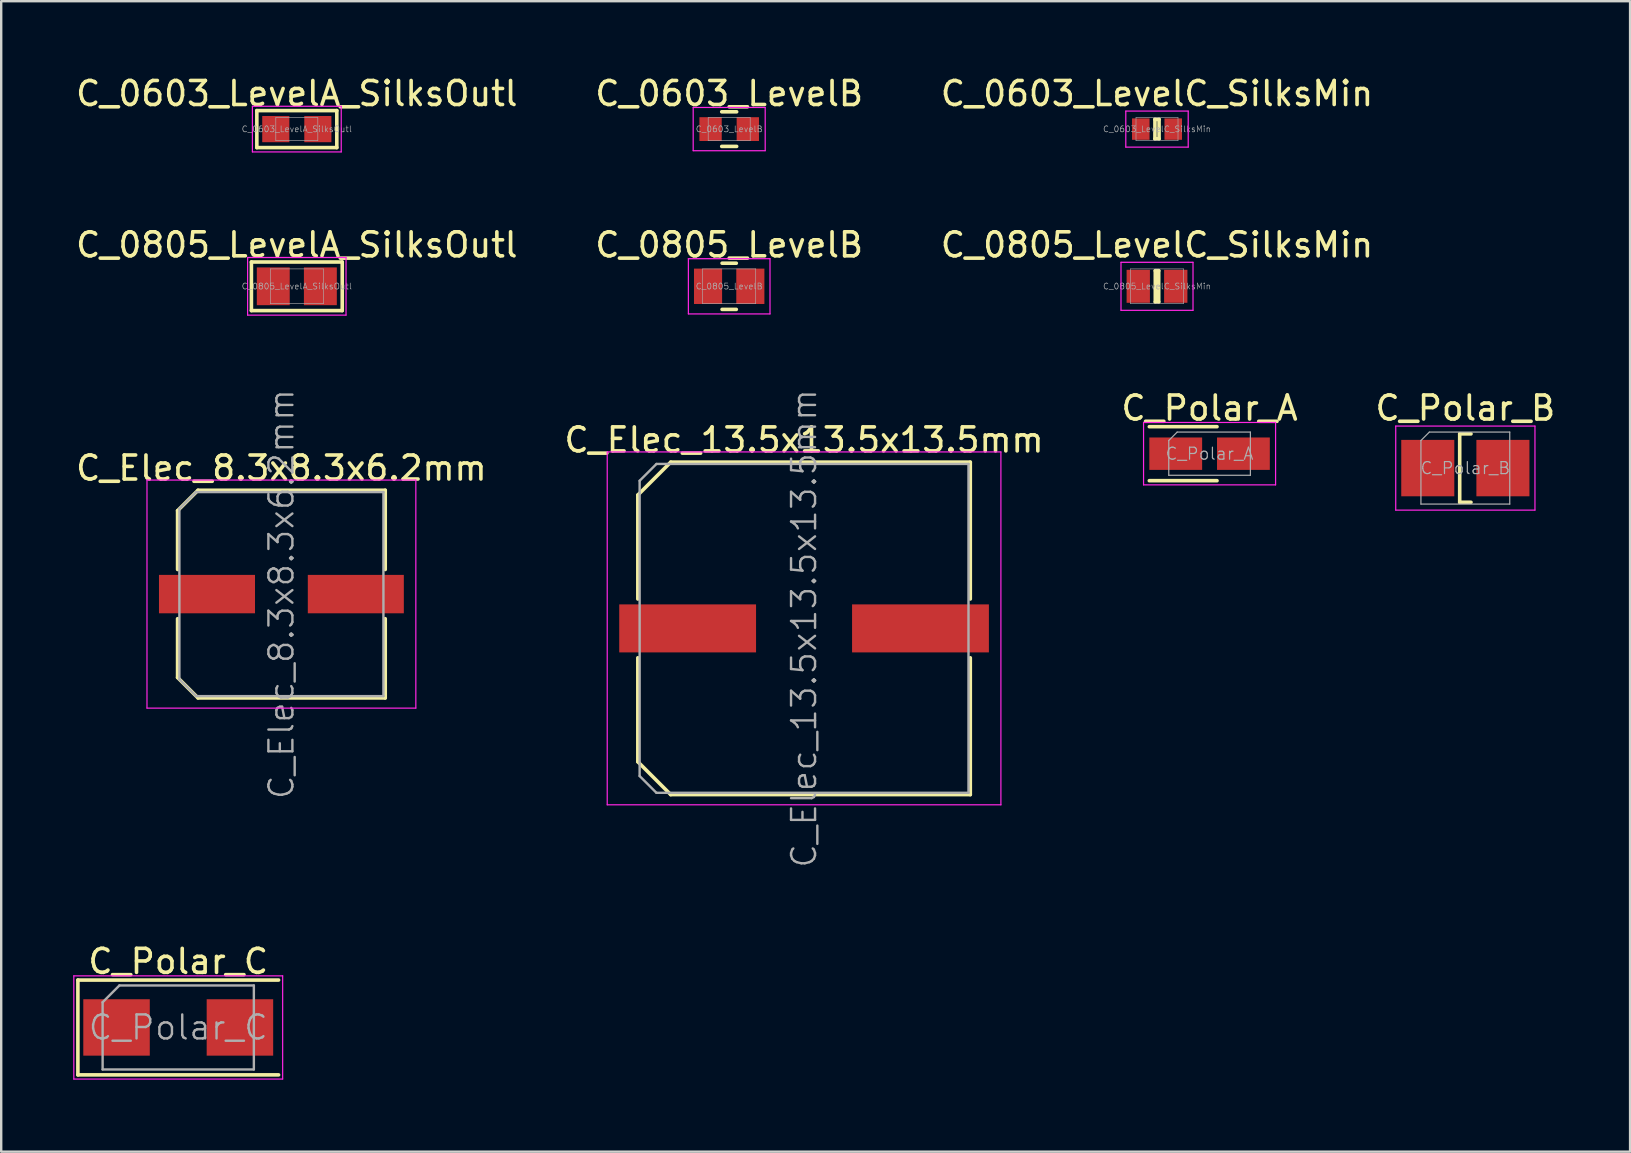
<source format=kicad_pcb>
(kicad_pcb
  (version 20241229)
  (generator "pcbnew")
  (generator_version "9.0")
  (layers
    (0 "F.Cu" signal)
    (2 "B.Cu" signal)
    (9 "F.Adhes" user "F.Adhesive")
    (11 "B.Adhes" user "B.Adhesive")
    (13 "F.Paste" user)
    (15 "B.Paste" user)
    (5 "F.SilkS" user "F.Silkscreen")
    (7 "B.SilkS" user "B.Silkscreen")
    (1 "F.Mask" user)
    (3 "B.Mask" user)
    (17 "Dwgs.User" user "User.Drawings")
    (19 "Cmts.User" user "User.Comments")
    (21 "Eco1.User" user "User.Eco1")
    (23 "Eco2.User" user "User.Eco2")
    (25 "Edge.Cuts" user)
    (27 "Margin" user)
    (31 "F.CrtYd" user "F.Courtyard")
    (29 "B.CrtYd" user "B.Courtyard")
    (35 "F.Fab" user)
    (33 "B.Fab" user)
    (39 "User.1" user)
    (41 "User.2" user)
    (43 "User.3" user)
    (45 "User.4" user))
  (footprint "C_Polar_C"
    (layer "F.Cu")
    (at 4.375 39.752)
    (property "Reference" "C_Polar_C" (at 0 -2.75 0) (layer "F.SilkS") (effects (font (size 1 1) (thickness 0.15))))
    (attr smd)
    (fp_line (start -4.18 1.975) (end -4.18 -1.975) (stroke (width 0.15) (type solid)) (layer "F.SilkS"))
    (fp_line (start 4.18 -1.975) (end -4.18 -1.975) (stroke (width 0.15) (type solid)) (layer "F.SilkS"))
    (fp_line (start 4.18 1.975) (end -4.18 1.975) (stroke (width 0.15) (type solid)) (layer "F.SilkS"))
    (fp_line (start -4.35 2.15) (end -4.35 -2.15) (stroke (width 0.05) (type solid)) (layer "F.CrtYd"))
    (fp_line (start 4.35 -2.15) (end -4.35 -2.15) (stroke (width 0.05) (type solid)) (layer "F.CrtYd"))
    (fp_line (start 4.35 2.15) (end -4.35 2.15) (stroke (width 0.05) (type solid)) (layer "F.CrtYd"))
    (fp_line (start 4.35 2.15) (end 4.35 -2.15) (stroke (width 0.05) (type solid)) (layer "F.CrtYd"))
    (fp_line (start -3.15 -1.05) (end -2.45 -1.75) (stroke (width 0.1) (type solid)) (layer "F.Fab"))
    (fp_line (start -3.15 1.75) (end -3.15 -1.05) (stroke (width 0.1) (type solid)) (layer "F.Fab"))
    (fp_line (start 3.15 -1.75) (end -2.45 -1.75) (stroke (width 0.1) (type solid)) (layer "F.Fab"))
    (fp_line (start 3.15 1.75) (end -3.15 1.75) (stroke (width 0.1) (type solid)) (layer "F.Fab"))
    (fp_line (start 3.15 1.75) (end 3.15 -1.75) (stroke (width 0.1) (type solid)) (layer "F.Fab"))
    (fp_text user "${REFERENCE}" (at 0 0 0) (layer "F.Fab") (effects (font (size 1 1) (thickness 0.1))))
    (pad "1" smd rect (at -2.57 0) (size 2.77 2.35) (layers "F.Cu" "F.Mask" "F.Paste"))
    (pad "2" smd rect (at 2.57 0) (size 2.77 2.35) (layers "F.Cu" "F.Mask" "F.Paste")))
  (footprint "C_0603_LevelA_SilksOutl"
    (layer "F.Cu")
    (at 9.315 2.328)
    (property "Reference" "C_0603_LevelA_SilksOutl" (at 0 -1.48 0) (layer "F.SilkS") (effects (font (size 1 1) (thickness 0.15))))
    (attr smd)
    (fp_line (start -1.666 0.771) (end -1.666 -0.771) (stroke (width 0.15) (type solid)) (layer "F.SilkS"))
    (fp_line (start 1.666 -0.771) (end -1.666 -0.771) (stroke (width 0.15) (type solid)) (layer "F.SilkS"))
    (fp_line (start 1.666 0.771) (end -1.666 0.771) (stroke (width 0.15) (type solid)) (layer "F.SilkS"))
    (fp_line (start 1.666 0.771) (end 1.666 -0.771) (stroke (width 0.15) (type solid)) (layer "F.SilkS"))
    (fp_line (start -1.85 0.95) (end -1.85 -0.95) (stroke (width 0.05) (type solid)) (layer "F.CrtYd"))
    (fp_line (start 1.85 -0.95) (end -1.85 -0.95) (stroke (width 0.05) (type solid)) (layer "F.CrtYd"))
    (fp_line (start 1.85 0.95) (end -1.85 0.95) (stroke (width 0.05) (type solid)) (layer "F.CrtYd"))
    (fp_line (start 1.85 0.95) (end 1.85 -0.95) (stroke (width 0.05) (type solid)) (layer "F.CrtYd"))
    (fp_line (start -0.875 0.48) (end -0.875 -0.48) (stroke (width 0.025) (type solid)) (layer "F.Fab"))
    (fp_line (start 0.875 -0.48) (end -0.875 -0.48) (stroke (width 0.025) (type solid)) (layer "F.Fab"))
    (fp_line (start 0.875 0.48) (end -0.875 0.48) (stroke (width 0.025) (type solid)) (layer "F.Fab"))
    (fp_line (start 0.875 0.48) (end 0.875 -0.48) (stroke (width 0.025) (type solid)) (layer "F.Fab"))
    (fp_text user "${REFERENCE}" (at 0 0 0) (layer "F.Fab") (effects (font (size 0.25 0.25) (thickness 0.025))))
    (pad "1" smd rect (at -0.876 0) (size 1.13 1.092) (layers "F.Cu" "F.Mask" "F.Paste"))
    (pad "2" smd rect (at 0.876 0) (size 1.13 1.092) (layers "F.Cu" "F.Mask" "F.Paste")))
  (footprint "C_0805_LevelA_SilksOutl"
    (layer "F.Cu")
    (at 9.315 8.877)
    (property "Reference" "C_0805_LevelA_SilksOutl" (at 0 -1.725 0) (layer "F.SilkS") (effects (font (size 1 1) (thickness 0.15))))
    (attr smd)
    (fp_line (start -1.892 1.012) (end -1.892 -1.012) (stroke (width 0.15) (type solid)) (layer "F.SilkS"))
    (fp_line (start 1.892 -1.012) (end -1.892 -1.012) (stroke (width 0.15) (type solid)) (layer "F.SilkS"))
    (fp_line (start 1.892 1.012) (end -1.892 1.012) (stroke (width 0.15) (type solid)) (layer "F.SilkS"))
    (fp_line (start 1.892 1.012) (end 1.892 -1.012) (stroke (width 0.15) (type solid)) (layer "F.SilkS"))
    (fp_line (start -2.05 1.2) (end -2.05 -1.2) (stroke (width 0.05) (type solid)) (layer "F.CrtYd"))
    (fp_line (start 2.05 -1.2) (end -2.05 -1.2) (stroke (width 0.05) (type solid)) (layer "F.CrtYd"))
    (fp_line (start 2.05 1.2) (end -2.05 1.2) (stroke (width 0.05) (type solid)) (layer "F.CrtYd"))
    (fp_line (start 2.05 1.2) (end 2.05 -1.2) (stroke (width 0.05) (type solid)) (layer "F.CrtYd"))
    (fp_line (start -1.105 0.725) (end -1.105 -0.725) (stroke (width 0.025) (type solid)) (layer "F.Fab"))
    (fp_line (start 1.105 -0.725) (end -1.105 -0.725) (stroke (width 0.025) (type solid)) (layer "F.Fab"))
    (fp_line (start 1.105 0.725) (end -1.105 0.725) (stroke (width 0.025) (type solid)) (layer "F.Fab"))
    (fp_line (start 1.105 0.725) (end 1.105 -0.725) (stroke (width 0.025) (type solid)) (layer "F.Fab"))
    (fp_text user "${REFERENCE}" (at 0 0 0) (layer "F.Fab") (effects (font (size 0.25 0.25) (thickness 0.025))))
    (pad "1" smd rect (at -0.981 0) (size 1.371 1.574) (layers "F.Cu" "F.Mask" "F.Paste"))
    (pad "2" smd rect (at 0.981 0) (size 1.371 1.574) (layers "F.Cu" "F.Mask" "F.Paste")))
  (footprint "C_Elec_13.5x13.5x13.5mm"
    (layer "F.Cu")
    (at 30.446 23.128)
    (property "Reference" "C_Elec_13.5x13.5x13.5mm" (at 0 -7.85 0) (layer "F.SilkS") (effects (font (size 1 1) (thickness 0.15))))
    (attr smd)
    (fp_line (start -6.925 -5.555) (end -6.925 -1.225) (stroke (width 0.15) (type solid)) (layer "F.SilkS"))
    (fp_line (start -6.925 5.555) (end -6.925 1.225) (stroke (width 0.15) (type solid)) (layer "F.SilkS"))
    (fp_line (start -5.555 -6.925) (end -6.925 -5.555) (stroke (width 0.15) (type solid)) (layer "F.SilkS"))
    (fp_line (start -5.555 6.925) (end -6.925 5.555) (stroke (width 0.15) (type solid)) (layer "F.SilkS"))
    (fp_line (start 6.925 -6.925) (end -5.555 -6.925) (stroke (width 0.15) (type solid)) (layer "F.SilkS"))
    (fp_line (start 6.925 -6.925) (end 6.925 -1.225) (stroke (width 0.15) (type solid)) (layer "F.SilkS"))
    (fp_line (start 6.925 6.925) (end -5.555 6.925) (stroke (width 0.15) (type solid)) (layer "F.SilkS"))
    (fp_line (start 6.925 6.925) (end 6.925 1.225) (stroke (width 0.15) (type solid)) (layer "F.SilkS"))
    (fp_line (start -8.2 7.35) (end -8.2 -7.35) (stroke (width 0.05) (type solid)) (layer "F.CrtYd"))
    (fp_line (start 8.2 -7.35) (end -8.2 -7.35) (stroke (width 0.05) (type solid)) (layer "F.CrtYd"))
    (fp_line (start 8.2 7.35) (end -8.2 7.35) (stroke (width 0.05) (type solid)) (layer "F.CrtYd"))
    (fp_line (start 8.2 7.35) (end 8.2 -7.35) (stroke (width 0.05) (type solid)) (layer "F.CrtYd"))
    (fp_line (start -6.85 -6.15) (end -6.15 -6.85) (stroke (width 0.1) (type solid)) (layer "F.Fab"))
    (fp_line (start -6.85 6.15) (end -6.85 -6.15) (stroke (width 0.1) (type solid)) (layer "F.Fab"))
    (fp_line (start -6.85 6.15) (end -6.15 6.85) (stroke (width 0.1) (type solid)) (layer "F.Fab"))
    (fp_line (start 6.85 -6.85) (end -6.15 -6.85) (stroke (width 0.1) (type solid)) (layer "F.Fab"))
    (fp_line (start 6.85 6.85) (end -6.15 6.85) (stroke (width 0.1) (type solid)) (layer "F.Fab"))
    (fp_line (start 6.85 6.85) (end 6.85 -6.85) (stroke (width 0.1) (type solid)) (layer "F.Fab"))
    (fp_text user "${REFERENCE}" (at 0 0 90) (layer "F.Fab") (effects (font (size 1 1) (thickness 0.1))))
    (pad "1" smd rect (at -4.85 0) (size 5.7 2) (layers "F.Cu" "F.Mask" "F.Paste"))
    (pad "2" smd rect (at 4.85 0) (size 5.7 2) (layers "F.Cu" "F.Mask" "F.Paste")))
  (footprint "C_0603_LevelC_SilksMin"
    (layer "F.Cu")
    (at 45.149 2.328)
    (property "Reference" "C_0603_LevelC_SilksMin" (at 0 -1.48 0) (layer "F.SilkS") (effects (font (size 1 1) (thickness 0.15))))
    (attr smd)
    (fp_line (start -0.086 0.405) (end -0.086 -0.405) (stroke (width 0.15) (type solid)) (layer "F.SilkS"))
    (fp_line (start 0.086 -0.405) (end -0.086 -0.405) (stroke (width 0.15) (type solid)) (layer "F.SilkS"))
    (fp_line (start 0.086 0.405) (end -0.086 0.405) (stroke (width 0.15) (type solid)) (layer "F.SilkS"))
    (fp_line (start 0.086 0.405) (end 0.086 -0.405) (stroke (width 0.15) (type solid)) (layer "F.SilkS"))
    (fp_line (start -1.3 0.75) (end -1.3 -0.75) (stroke (width 0.05) (type solid)) (layer "F.CrtYd"))
    (fp_line (start 1.3 -0.75) (end -1.3 -0.75) (stroke (width 0.05) (type solid)) (layer "F.CrtYd"))
    (fp_line (start 1.3 0.75) (end -1.3 0.75) (stroke (width 0.05) (type solid)) (layer "F.CrtYd"))
    (fp_line (start 1.3 0.75) (end 1.3 -0.75) (stroke (width 0.05) (type solid)) (layer "F.CrtYd"))
    (fp_line (start -0.875 0.48) (end -0.875 -0.48) (stroke (width 0.025) (type solid)) (layer "F.Fab"))
    (fp_line (start 0.875 -0.48) (end -0.875 -0.48) (stroke (width 0.025) (type solid)) (layer "F.Fab"))
    (fp_line (start 0.875 0.48) (end -0.875 0.48) (stroke (width 0.025) (type solid)) (layer "F.Fab"))
    (fp_line (start 0.875 0.48) (end 0.875 -0.48) (stroke (width 0.025) (type solid)) (layer "F.Fab"))
    (fp_text user "${REFERENCE}" (at 0 0 0) (layer "F.Fab") (effects (font (size 0.25 0.25) (thickness 0.025))))
    (pad "1" smd rect (at -0.676 0) (size 0.73 0.892) (layers "F.Cu" "F.Mask" "F.Paste"))
    (pad "2" smd rect (at 0.676 0) (size 0.73 0.892) (layers "F.Cu" "F.Mask" "F.Paste")))
  (footprint "C_Elec_8.3x8.3x6.2mm"
    (layer "F.Cu")
    (at 8.673 21.699)
    (property "Reference" "C_Elec_8.3x8.3x6.2mm" (at 0 -5.25 0) (layer "F.SilkS") (effects (font (size 1 1) (thickness 0.15))))
    (attr smd)
    (fp_line (start -4.325 -3.475) (end -4.325 -1.025) (stroke (width 0.15) (type solid)) (layer "F.SilkS"))
    (fp_line (start -4.325 3.475) (end -4.325 1.025) (stroke (width 0.15) (type solid)) (layer "F.SilkS"))
    (fp_line (start -3.475 -4.325) (end -4.325 -3.475) (stroke (width 0.15) (type solid)) (layer "F.SilkS"))
    (fp_line (start -3.475 4.325) (end -4.325 3.475) (stroke (width 0.15) (type solid)) (layer "F.SilkS"))
    (fp_line (start 4.325 -4.325) (end -3.475 -4.325) (stroke (width 0.15) (type solid)) (layer "F.SilkS"))
    (fp_line (start 4.325 -4.325) (end 4.325 -1.025) (stroke (width 0.15) (type solid)) (layer "F.SilkS"))
    (fp_line (start 4.325 4.325) (end -3.475 4.325) (stroke (width 0.15) (type solid)) (layer "F.SilkS"))
    (fp_line (start 4.325 4.325) (end 4.325 1.025) (stroke (width 0.15) (type solid)) (layer "F.SilkS"))
    (fp_line (start -5.6 4.75) (end -5.6 -4.75) (stroke (width 0.05) (type solid)) (layer "F.CrtYd"))
    (fp_line (start 5.6 -4.75) (end -5.6 -4.75) (stroke (width 0.05) (type solid)) (layer "F.CrtYd"))
    (fp_line (start 5.6 4.75) (end -5.6 4.75) (stroke (width 0.05) (type solid)) (layer "F.CrtYd"))
    (fp_line (start 5.6 4.75) (end 5.6 -4.75) (stroke (width 0.05) (type solid)) (layer "F.CrtYd"))
    (fp_line (start -4.25 -3.55) (end -3.55 -4.25) (stroke (width 0.1) (type solid)) (layer "F.Fab"))
    (fp_line (start -4.25 3.55) (end -4.25 -3.55) (stroke (width 0.1) (type solid)) (layer "F.Fab"))
    (fp_line (start -4.25 3.55) (end -3.55 4.25) (stroke (width 0.1) (type solid)) (layer "F.Fab"))
    (fp_line (start 4.25 -4.25) (end -3.55 -4.25) (stroke (width 0.1) (type solid)) (layer "F.Fab"))
    (fp_line (start 4.25 4.25) (end -3.55 4.25) (stroke (width 0.1) (type solid)) (layer "F.Fab"))
    (fp_line (start 4.25 4.25) (end 4.25 -4.25) (stroke (width 0.1) (type solid)) (layer "F.Fab"))
    (fp_text user "${REFERENCE}" (at 0 0 90) (layer "F.Fab") (effects (font (size 1 1) (thickness 0.1))))
    (pad "1" smd rect (at -3.1 0) (size 4 1.6) (layers "F.Cu" "F.Mask" "F.Paste"))
    (pad "2" smd rect (at 3.1 0) (size 4 1.6) (layers "F.Cu" "F.Mask" "F.Paste")))
  (footprint "C_Polar_A"
    (layer "F.Cu")
    (at 47.339 15.85)
    (property "Reference" "C_Polar_A" (at 0 -1.9 0) (layer "F.SilkS") (effects (font (size 1 1) (thickness 0.15))))
    (attr smd)
    (fp_line (start 0.31 -1.125) (end -2.51 -1.125) (stroke (width 0.15) (type solid)) (layer "F.SilkS"))
    (fp_line (start 0.31 1.125) (end -2.51 1.125) (stroke (width 0.15) (type solid)) (layer "F.SilkS"))
    (fp_line (start -2.75 1.3) (end -2.75 -1.3) (stroke (width 0.05) (type solid)) (layer "F.CrtYd"))
    (fp_line (start 2.75 -1.3) (end -2.75 -1.3) (stroke (width 0.05) (type solid)) (layer "F.CrtYd"))
    (fp_line (start 2.75 1.3) (end -2.75 1.3) (stroke (width 0.05) (type solid)) (layer "F.CrtYd"))
    (fp_line (start 2.75 1.3) (end 2.75 -1.3) (stroke (width 0.05) (type solid)) (layer "F.CrtYd"))
    (fp_line (start -1.7 -0.55) (end -1.35 -0.9) (stroke (width 0.05) (type solid)) (layer "F.Fab"))
    (fp_line (start -1.7 0.9) (end -1.7 -0.55) (stroke (width 0.05) (type solid)) (layer "F.Fab"))
    (fp_line (start 1.7 -0.9) (end -1.35 -0.9) (stroke (width 0.05) (type solid)) (layer "F.Fab"))
    (fp_line (start 1.7 0.9) (end -1.7 0.9) (stroke (width 0.05) (type solid)) (layer "F.Fab"))
    (fp_line (start 1.7 0.9) (end 1.7 -0.9) (stroke (width 0.05) (type solid)) (layer "F.Fab"))
    (fp_text user "${REFERENCE}" (at 0 0 0) (layer "F.Fab") (effects (font (size 0.5 0.5) (thickness 0.05))))
    (pad "1" smd rect (at -1.41 0) (size 2.2 1.35) (layers "F.Cu" "F.Mask" "F.Paste"))
    (pad "2" smd rect (at 1.41 0) (size 2.2 1.35) (layers "F.Cu" "F.Mask" "F.Paste")))
  (footprint "C_Polar_B"
    (layer "F.Cu")
    (at 57.994 16.45)
    (property "Reference" "C_Polar_B" (at 0 -2.5 0) (layer "F.SilkS") (effects (font (size 1 1) (thickness 0.15))))
    (attr smd)
    (fp_line (start -0.235 1.425) (end -0.235 -1.425) (stroke (width 0.15) (type solid)) (layer "F.SilkS"))
    (fp_line (start 0.235 -1.425) (end -0.235 -1.425) (stroke (width 0.15) (type solid)) (layer "F.SilkS"))
    (fp_line (start 0.235 1.425) (end -0.235 1.425) (stroke (width 0.15) (type solid)) (layer "F.SilkS"))
    (fp_line (start -2.9 1.75) (end -2.9 -1.75) (stroke (width 0.05) (type solid)) (layer "F.CrtYd"))
    (fp_line (start 2.9 -1.75) (end -2.9 -1.75) (stroke (width 0.05) (type solid)) (layer "F.CrtYd"))
    (fp_line (start 2.9 1.75) (end -2.9 1.75) (stroke (width 0.05) (type solid)) (layer "F.CrtYd"))
    (fp_line (start 2.9 1.75) (end 2.9 -1.75) (stroke (width 0.05) (type solid)) (layer "F.CrtYd"))
    (fp_line (start -1.85 -1.15) (end -1.5 -1.5) (stroke (width 0.05) (type solid)) (layer "F.Fab"))
    (fp_line (start -1.85 1.5) (end -1.85 -1.15) (stroke (width 0.05) (type solid)) (layer "F.Fab"))
    (fp_line (start 1.85 -1.5) (end -1.5 -1.5) (stroke (width 0.05) (type solid)) (layer "F.Fab"))
    (fp_line (start 1.85 1.5) (end -1.85 1.5) (stroke (width 0.05) (type solid)) (layer "F.Fab"))
    (fp_line (start 1.85 1.5) (end 1.85 -1.5) (stroke (width 0.05) (type solid)) (layer "F.Fab"))
    (fp_text user "${REFERENCE}" (at 0 0 0) (layer "F.Fab") (effects (font (size 0.5 0.5) (thickness 0.05))))
    (pad "1" smd rect (at -1.565 0) (size 2.21 2.35) (layers "F.Cu" "F.Mask" "F.Paste"))
    (pad "2" smd rect (at 1.565 0) (size 2.21 2.35) (layers "F.Cu" "F.Mask" "F.Paste")))
  (footprint "C_0603_LevelB"
    (layer "F.Cu")
    (at 27.327 2.328)
    (property "Reference" "C_0603_LevelB" (at 0 -1.48 0) (layer "F.SilkS") (effects (font (size 1 1) (thickness 0.15))))
    (attr smd)
    (fp_line (start 0.311 -0.721) (end -0.311 -0.721) (stroke (width 0.15) (type solid)) (layer "F.SilkS"))
    (fp_line (start 0.311 0.721) (end -0.311 0.721) (stroke (width 0.15) (type solid)) (layer "F.SilkS"))
    (fp_line (start -1.5 0.9) (end -1.5 -0.9) (stroke (width 0.05) (type solid)) (layer "F.CrtYd"))
    (fp_line (start 1.5 -0.9) (end -1.5 -0.9) (stroke (width 0.05) (type solid)) (layer "F.CrtYd"))
    (fp_line (start 1.5 0.9) (end -1.5 0.9) (stroke (width 0.05) (type solid)) (layer "F.CrtYd"))
    (fp_line (start 1.5 0.9) (end 1.5 -0.9) (stroke (width 0.05) (type solid)) (layer "F.CrtYd"))
    (fp_line (start -0.875 0.48) (end -0.875 -0.48) (stroke (width 0.025) (type solid)) (layer "F.Fab"))
    (fp_line (start 0.875 -0.48) (end -0.875 -0.48) (stroke (width 0.025) (type solid)) (layer "F.Fab"))
    (fp_line (start 0.875 0.48) (end -0.875 0.48) (stroke (width 0.025) (type solid)) (layer "F.Fab"))
    (fp_line (start 0.875 0.48) (end 0.875 -0.48) (stroke (width 0.025) (type solid)) (layer "F.Fab"))
    (fp_text user "${REFERENCE}" (at 0 0 0) (layer "F.Fab") (effects (font (size 0.25 0.25) (thickness 0.025))))
    (pad "1" smd rect (at -0.776 0) (size 0.93 0.992) (layers "F.Cu" "F.Mask" "F.Paste"))
    (pad "2" smd rect (at 0.776 0) (size 0.93 0.992) (layers "F.Cu" "F.Mask" "F.Paste")))
  (footprint "C_0805_LevelB"
    (layer "F.Cu")
    (at 27.327 8.877)
    (property "Reference" "C_0805_LevelB" (at 0 -1.725 0) (layer "F.SilkS") (effects (font (size 1 1) (thickness 0.15))))
    (attr smd)
    (fp_line (start 0.296 -0.962) (end -0.296 -0.962) (stroke (width 0.15) (type solid)) (layer "F.SilkS"))
    (fp_line (start 0.296 0.962) (end -0.296 0.962) (stroke (width 0.15) (type solid)) (layer "F.SilkS"))
    (fp_line (start -1.7 1.15) (end -1.7 -1.15) (stroke (width 0.05) (type solid)) (layer "F.CrtYd"))
    (fp_line (start 1.7 -1.15) (end -1.7 -1.15) (stroke (width 0.05) (type solid)) (layer "F.CrtYd"))
    (fp_line (start 1.7 1.15) (end -1.7 1.15) (stroke (width 0.05) (type solid)) (layer "F.CrtYd"))
    (fp_line (start 1.7 1.15) (end 1.7 -1.15) (stroke (width 0.05) (type solid)) (layer "F.CrtYd"))
    (fp_line (start -1.105 0.725) (end -1.105 -0.725) (stroke (width 0.025) (type solid)) (layer "F.Fab"))
    (fp_line (start 1.105 -0.725) (end -1.105 -0.725) (stroke (width 0.025) (type solid)) (layer "F.Fab"))
    (fp_line (start 1.105 0.725) (end -1.105 0.725) (stroke (width 0.025) (type solid)) (layer "F.Fab"))
    (fp_line (start 1.105 0.725) (end 1.105 -0.725) (stroke (width 0.025) (type solid)) (layer "F.Fab"))
    (fp_text user "${REFERENCE}" (at 0 0 0) (layer "F.Fab") (effects (font (size 0.25 0.25) (thickness 0.025))))
    (pad "1" smd rect (at -0.881 0) (size 1.171 1.474) (layers "F.Cu" "F.Mask" "F.Paste"))
    (pad "2" smd rect (at 0.881 0) (size 1.171 1.474) (layers "F.Cu" "F.Mask" "F.Paste")))
  (footprint "C_0805_LevelC_SilksMin"
    (layer "F.Cu")
    (at 45.149 8.877)
    (property "Reference" "C_0805_LevelC_SilksMin" (at 0 -1.725 0) (layer "F.SilkS") (effects (font (size 1 1) (thickness 0.15))))
    (attr smd)
    (fp_line (start -0.071 0.65) (end -0.071 -0.65) (stroke (width 0.15) (type solid)) (layer "F.SilkS"))
    (fp_line (start 0.071 -0.65) (end -0.071 -0.65) (stroke (width 0.15) (type solid)) (layer "F.SilkS"))
    (fp_line (start 0.071 0.65) (end -0.071 0.65) (stroke (width 0.15) (type solid)) (layer "F.SilkS"))
    (fp_line (start 0.071 0.65) (end 0.071 -0.65) (stroke (width 0.15) (type solid)) (layer "F.SilkS"))
    (fp_line (start -1.5 1) (end -1.5 -1) (stroke (width 0.05) (type solid)) (layer "F.CrtYd"))
    (fp_line (start 1.5 -1) (end -1.5 -1) (stroke (width 0.05) (type solid)) (layer "F.CrtYd"))
    (fp_line (start 1.5 1) (end -1.5 1) (stroke (width 0.05) (type solid)) (layer "F.CrtYd"))
    (fp_line (start 1.5 1) (end 1.5 -1) (stroke (width 0.05) (type solid)) (layer "F.CrtYd"))
    (fp_line (start -1.105 0.725) (end -1.105 -0.725) (stroke (width 0.025) (type solid)) (layer "F.Fab"))
    (fp_line (start 1.105 -0.725) (end -1.105 -0.725) (stroke (width 0.025) (type solid)) (layer "F.Fab"))
    (fp_line (start 1.105 0.725) (end -1.105 0.725) (stroke (width 0.025) (type solid)) (layer "F.Fab"))
    (fp_line (start 1.105 0.725) (end 1.105 -0.725) (stroke (width 0.025) (type solid)) (layer "F.Fab"))
    (fp_text user "${REFERENCE}" (at 0 0 0) (layer "F.Fab") (effects (font (size 0.25 0.25) (thickness 0.025))))
    (pad "1" smd rect (at -0.781 0) (size 0.971 1.374) (layers "F.Cu" "F.Mask" "F.Paste"))
    (pad "2" smd rect (at 0.781 0) (size 0.971 1.374) (layers "F.Cu" "F.Mask" "F.Paste")))
  (gr_rect
    (start -3 -3)
    (end 64.857 44.927)
    (stroke (width 0.1) (type default))
    (fill no)
    (layer "Edge.Cuts")))
</source>
